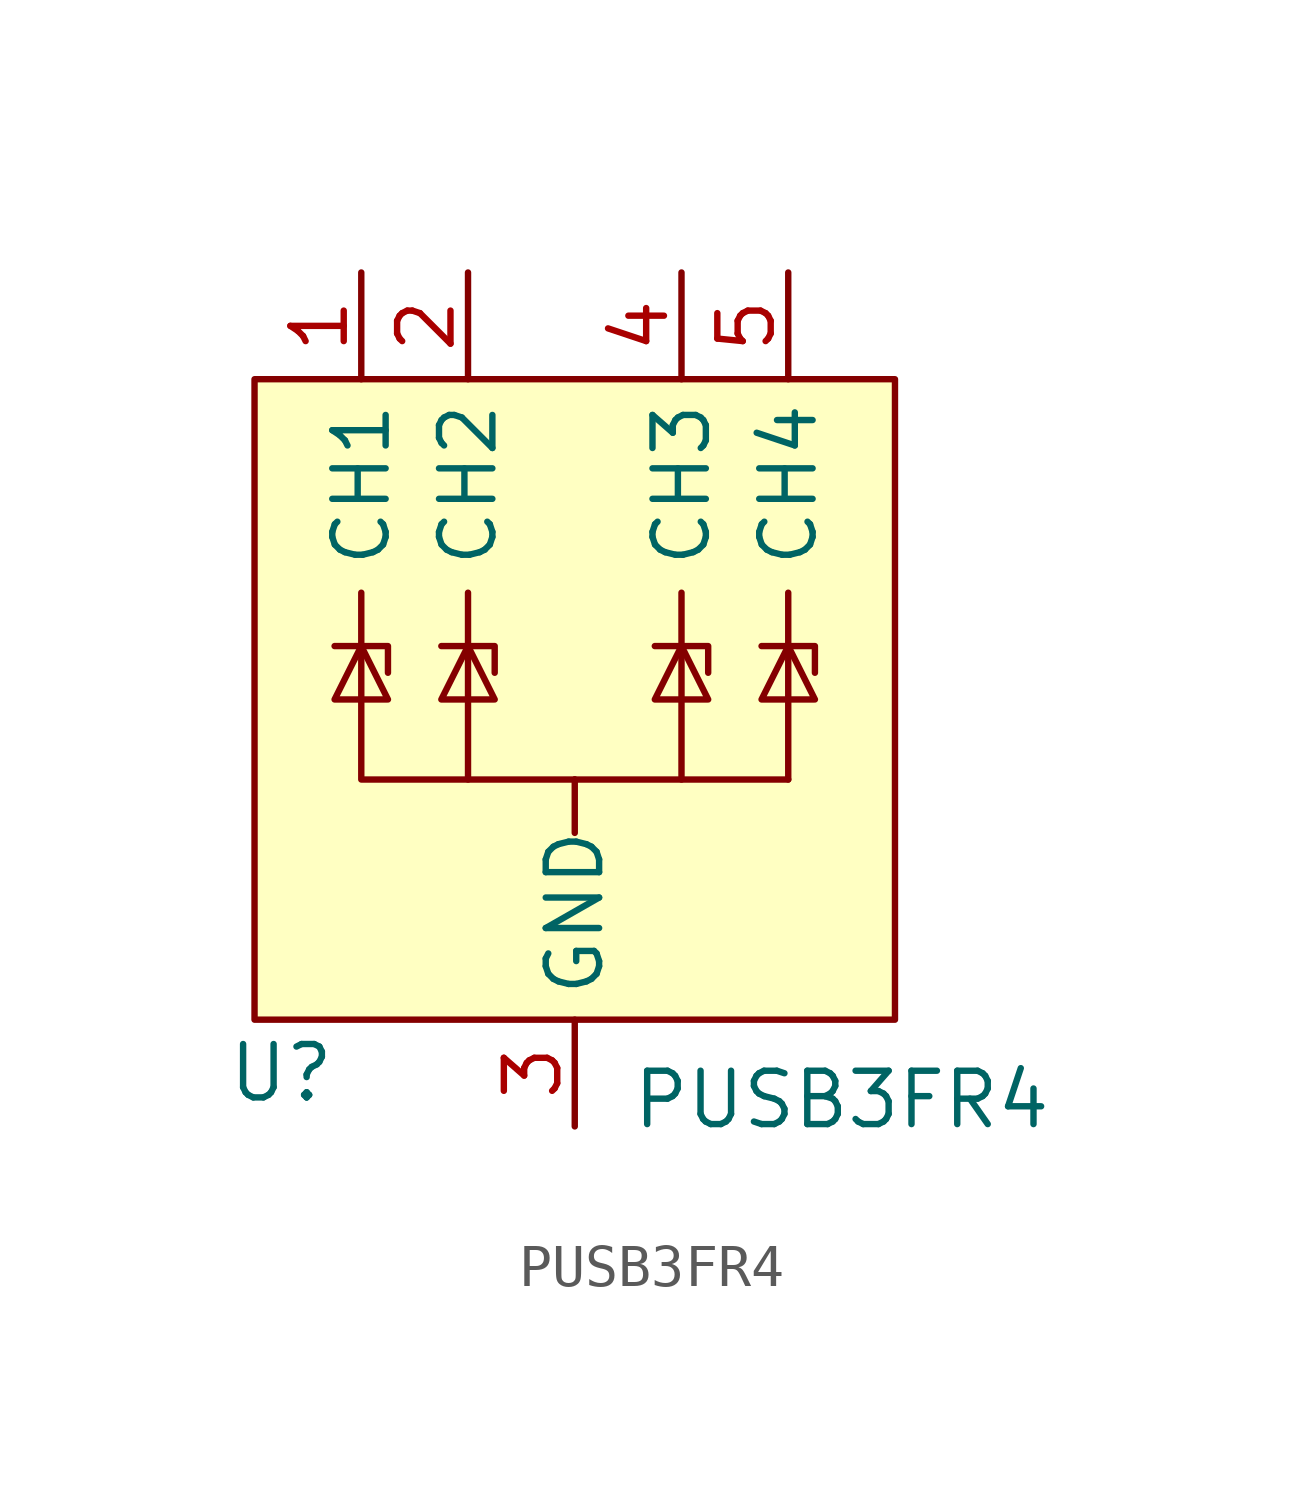
<source format=kicad_sym>
(kicad_symbol_lib
  (version 20220914)
  (generator kicad_symbol_editor)
  (symbol "PUSB3FR4"
    (property "Reference" "U"
      (at -6.985 -8.89 0)
      (effects (font (size 1.27 1.27))))
    (property "Value" "PUSB3FR4"
      (at 6.35 -9.525 0)
      (effects (font (size 1.27 1.27))))
    (symbol "PUSB3FR4_1_1"
      (rectangle (start -7.62 7.62) (end 7.62 -7.62) (stroke (width 0) (type default)) (fill (type background)))
      (polyline (pts (xy -2.54 2.54) (xy -2.54 -1.905)) (stroke (width 0) (type default)) (fill (type none)))
      (polyline (pts (xy 0 -1.905) (xy 0 -3.175)) (stroke (width 0) (type default)) (fill (type none)))
      (polyline (pts (xy 2.54 2.54) (xy 2.54 -1.905)) (stroke (width 0) (type default)) (fill (type none)))
      (polyline (pts (xy 5.08 -1.905) (xy 0 -1.905)) (stroke (width 0) (type default)) (fill (type none)))
      (polyline (pts (xy 5.08 2.54) (xy 5.08 -1.905)) (stroke (width 0) (type default)) (fill (type none)))
      (polyline (pts (xy -5.715 1.27) (xy -4.445 1.27) (xy -4.445 0.635)) (stroke (width 0) (type default)) (fill (type none)))
      (polyline (pts (xy -3.175 1.27) (xy -1.905 1.27) (xy -1.905 0.635)) (stroke (width 0) (type default)) (fill (type none)))
      (polyline (pts (xy 1.905 1.27) (xy 3.175 1.27) (xy 3.175 0.635)) (stroke (width 0) (type default)) (fill (type none)))
      (polyline (pts (xy 4.445 1.27) (xy 5.715 1.27) (xy 5.715 0.635)) (stroke (width 0) (type default)) (fill (type none)))
      (polyline (pts (xy -5.08 1.27) (xy -5.715 0) (xy -4.445 0) (xy -5.08 1.27)) (stroke (width 0) (type default)) (fill (type none)))
      (polyline (pts (xy -5.08 2.54) (xy -5.08 -1.905) (xy 0 -1.905) (xy 0 -1.905)) (stroke (width 0) (type default)) (fill (type none)))
      (polyline (pts (xy -2.54 1.27) (xy -3.175 0) (xy -1.905 0) (xy -2.54 1.27)) (stroke (width 0) (type default)) (fill (type none)))
      (polyline (pts (xy 2.54 1.27) (xy 1.905 0) (xy 3.175 0) (xy 2.54 1.27)) (stroke (width 0) (type default)) (fill (type none)))
      (polyline (pts (xy 5.08 1.27) (xy 4.445 0) (xy 5.715 0) (xy 5.08 1.27)) (stroke (width 0) (type default)) (fill (type none)))
      (pin input line (at -5.08 10.16 270) (length 2.54) (name "CH1" (effects (font (size 1.27 1.27)))) (number "1" (effects (font (size 1.27 1.27)))))
      (pin input line (at -2.54 10.16 270) (length 2.54) (name "CH2" (effects (font (size 1.27 1.27)))) (number "2" (effects (font (size 1.27 1.27)))))
      (pin power_in line (at 0 -10.16 90) (length 2.54) (name "GND" (effects (font (size 1.27 1.27)))) (number "3" (effects (font (size 1.27 1.27)))))
      (pin input line (at 2.54 10.16 270) (length 2.54) (name "CH3" (effects (font (size 1.27 1.27)))) (number "4" (effects (font (size 1.27 1.27)))))
      (pin input line (at 5.08 10.16 270) (length 2.54) (name "CH4" (effects (font (size 1.27 1.27)))) (number "5" (effects (font (size 1.27 1.27)))))
      (pin power_in line (at 0 -10.16 90) (length 2.54) hide (name "GND" (effects (font (size 1.27 1.27)))) (number "8" (effects (font (size 1.27 1.27))))))))
</source>
